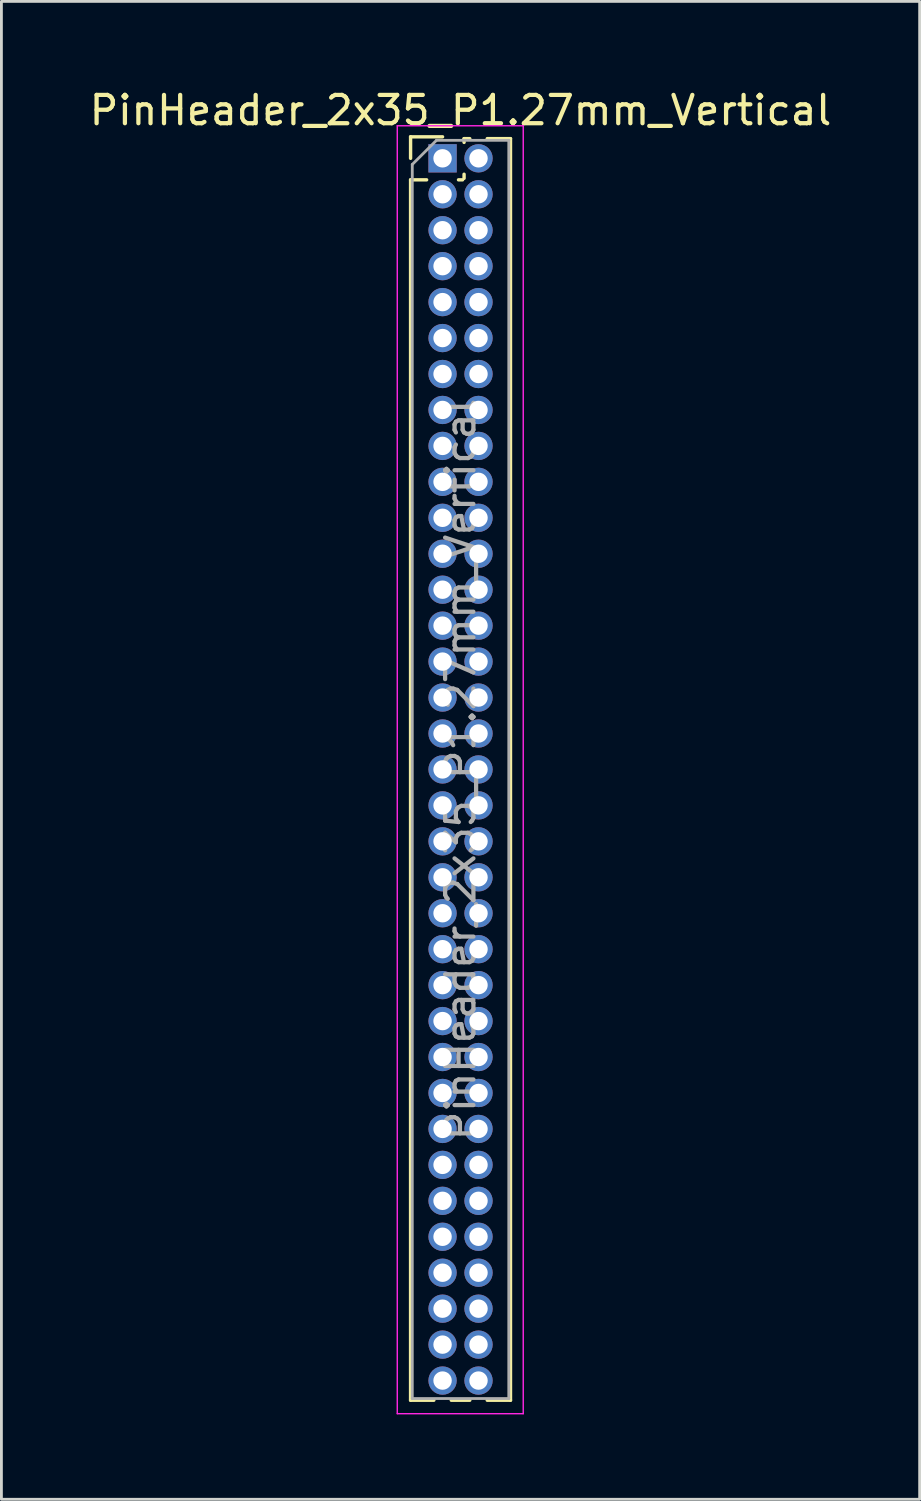
<source format=kicad_pcb>
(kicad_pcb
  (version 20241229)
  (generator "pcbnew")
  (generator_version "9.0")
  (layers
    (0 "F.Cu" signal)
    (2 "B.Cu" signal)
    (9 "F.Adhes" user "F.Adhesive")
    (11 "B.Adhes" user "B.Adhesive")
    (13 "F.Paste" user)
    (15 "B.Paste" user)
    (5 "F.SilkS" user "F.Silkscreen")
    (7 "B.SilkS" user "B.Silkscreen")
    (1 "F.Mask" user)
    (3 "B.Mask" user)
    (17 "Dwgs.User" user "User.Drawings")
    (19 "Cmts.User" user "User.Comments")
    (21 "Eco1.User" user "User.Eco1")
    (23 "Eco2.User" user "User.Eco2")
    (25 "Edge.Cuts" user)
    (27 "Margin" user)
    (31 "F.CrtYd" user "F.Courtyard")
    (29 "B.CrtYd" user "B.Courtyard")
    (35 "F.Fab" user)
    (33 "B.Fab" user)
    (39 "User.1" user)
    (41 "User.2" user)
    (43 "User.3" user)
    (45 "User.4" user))
  (footprint "PinHeader_2x35_P1.27mm_Vertical"
    (layer "F.Cu")
    (at 12.585 2.543)
    (property "Reference" "PinHeader_2x35_P1.27mm_Vertical" (at 0.635 -1.695 0) (layer "F.SilkS") (effects (font (size 1 1) (thickness 0.15))))
    (attr through_hole)
    (fp_line (start -1.13 -0.76) (end 0 -0.76) (stroke (width 0.12) (type solid)) (layer "F.SilkS"))
    (fp_line (start -1.13 0) (end -1.13 -0.76) (stroke (width 0.12) (type solid)) (layer "F.SilkS"))
    (fp_line (start -1.13 0.76) (end -1.13 43.875) (stroke (width 0.12) (type solid)) (layer "F.SilkS"))
    (fp_line (start -1.13 0.76) (end -0.563 0.76) (stroke (width 0.12) (type solid)) (layer "F.SilkS"))
    (fp_line (start -1.13 43.875) (end -0.308 43.875) (stroke (width 0.12) (type solid)) (layer "F.SilkS"))
    (fp_line (start 0.308 43.875) (end 0.962 43.875) (stroke (width 0.12) (type solid)) (layer "F.SilkS"))
    (fp_line (start 0.563 0.76) (end 0.707 0.76) (stroke (width 0.12) (type solid)) (layer "F.SilkS"))
    (fp_line (start 0.76 -0.695) (end 0.962 -0.695) (stroke (width 0.12) (type solid)) (layer "F.SilkS"))
    (fp_line (start 0.76 -0.563) (end 0.76 -0.695) (stroke (width 0.12) (type solid)) (layer "F.SilkS"))
    (fp_line (start 0.76 0.707) (end 0.76 0.563) (stroke (width 0.12) (type solid)) (layer "F.SilkS"))
    (fp_line (start 1.578 -0.695) (end 2.4 -0.695) (stroke (width 0.12) (type solid)) (layer "F.SilkS"))
    (fp_line (start 1.578 43.875) (end 2.4 43.875) (stroke (width 0.12) (type solid)) (layer "F.SilkS"))
    (fp_line (start 2.4 -0.695) (end 2.4 43.875) (stroke (width 0.12) (type solid)) (layer "F.SilkS"))
    (fp_line (start -1.6 -1.15) (end -1.6 44.35) (stroke (width 0.05) (type solid)) (layer "F.CrtYd"))
    (fp_line (start -1.6 44.35) (end 2.85 44.35) (stroke (width 0.05) (type solid)) (layer "F.CrtYd"))
    (fp_line (start 2.85 -1.15) (end -1.6 -1.15) (stroke (width 0.05) (type solid)) (layer "F.CrtYd"))
    (fp_line (start 2.85 44.35) (end 2.85 -1.15) (stroke (width 0.05) (type solid)) (layer "F.CrtYd"))
    (fp_line (start -1.07 0.217) (end -0.217 -0.635) (stroke (width 0.1) (type solid)) (layer "F.Fab"))
    (fp_line (start -1.07 43.815) (end -1.07 0.217) (stroke (width 0.1) (type solid)) (layer "F.Fab"))
    (fp_line (start -0.217 -0.635) (end 2.34 -0.635) (stroke (width 0.1) (type solid)) (layer "F.Fab"))
    (fp_line (start 2.34 -0.635) (end 2.34 43.815) (stroke (width 0.1) (type solid)) (layer "F.Fab"))
    (fp_line (start 2.34 43.815) (end -1.07 43.815) (stroke (width 0.1) (type solid)) (layer "F.Fab"))
    (fp_text user "${REFERENCE}" (at 0.635 21.59 90) (layer "F.Fab") (effects (font (size 1 1) (thickness 0.15))))
    (pad "1" thru_hole rect (at 0 0) (size 1 1) (drill 0.65) (layers "*.Cu" "*.Mask"))
    (pad "2" thru_hole oval (at 1.27 0) (size 1 1) (drill 0.65) (layers "*.Cu" "*.Mask"))
    (pad "3" thru_hole oval (at 0 1.27) (size 1 1) (drill 0.65) (layers "*.Cu" "*.Mask"))
    (pad "4" thru_hole oval (at 1.27 1.27) (size 1 1) (drill 0.65) (layers "*.Cu" "*.Mask"))
    (pad "5" thru_hole oval (at 0 2.54) (size 1 1) (drill 0.65) (layers "*.Cu" "*.Mask"))
    (pad "6" thru_hole oval (at 1.27 2.54) (size 1 1) (drill 0.65) (layers "*.Cu" "*.Mask"))
    (pad "7" thru_hole oval (at 0 3.81) (size 1 1) (drill 0.65) (layers "*.Cu" "*.Mask"))
    (pad "8" thru_hole oval (at 1.27 3.81) (size 1 1) (drill 0.65) (layers "*.Cu" "*.Mask"))
    (pad "9" thru_hole oval (at 0 5.08) (size 1 1) (drill 0.65) (layers "*.Cu" "*.Mask"))
    (pad "10" thru_hole oval (at 1.27 5.08) (size 1 1) (drill 0.65) (layers "*.Cu" "*.Mask"))
    (pad "11" thru_hole oval (at 0 6.35) (size 1 1) (drill 0.65) (layers "*.Cu" "*.Mask"))
    (pad "12" thru_hole oval (at 1.27 6.35) (size 1 1) (drill 0.65) (layers "*.Cu" "*.Mask"))
    (pad "13" thru_hole oval (at 0 7.62) (size 1 1) (drill 0.65) (layers "*.Cu" "*.Mask"))
    (pad "14" thru_hole oval (at 1.27 7.62) (size 1 1) (drill 0.65) (layers "*.Cu" "*.Mask"))
    (pad "15" thru_hole oval (at 0 8.89) (size 1 1) (drill 0.65) (layers "*.Cu" "*.Mask"))
    (pad "16" thru_hole oval (at 1.27 8.89) (size 1 1) (drill 0.65) (layers "*.Cu" "*.Mask"))
    (pad "17" thru_hole oval (at 0 10.16) (size 1 1) (drill 0.65) (layers "*.Cu" "*.Mask"))
    (pad "18" thru_hole oval (at 1.27 10.16) (size 1 1) (drill 0.65) (layers "*.Cu" "*.Mask"))
    (pad "19" thru_hole oval (at 0 11.43) (size 1 1) (drill 0.65) (layers "*.Cu" "*.Mask"))
    (pad "20" thru_hole oval (at 1.27 11.43) (size 1 1) (drill 0.65) (layers "*.Cu" "*.Mask"))
    (pad "21" thru_hole oval (at 0 12.7) (size 1 1) (drill 0.65) (layers "*.Cu" "*.Mask"))
    (pad "22" thru_hole oval (at 1.27 12.7) (size 1 1) (drill 0.65) (layers "*.Cu" "*.Mask"))
    (pad "23" thru_hole oval (at 0 13.97) (size 1 1) (drill 0.65) (layers "*.Cu" "*.Mask"))
    (pad "24" thru_hole oval (at 1.27 13.97) (size 1 1) (drill 0.65) (layers "*.Cu" "*.Mask"))
    (pad "25" thru_hole oval (at 0 15.24) (size 1 1) (drill 0.65) (layers "*.Cu" "*.Mask"))
    (pad "26" thru_hole oval (at 1.27 15.24) (size 1 1) (drill 0.65) (layers "*.Cu" "*.Mask"))
    (pad "27" thru_hole oval (at 0 16.51) (size 1 1) (drill 0.65) (layers "*.Cu" "*.Mask"))
    (pad "28" thru_hole oval (at 1.27 16.51) (size 1 1) (drill 0.65) (layers "*.Cu" "*.Mask"))
    (pad "29" thru_hole oval (at 0 17.78) (size 1 1) (drill 0.65) (layers "*.Cu" "*.Mask"))
    (pad "30" thru_hole oval (at 1.27 17.78) (size 1 1) (drill 0.65) (layers "*.Cu" "*.Mask"))
    (pad "31" thru_hole oval (at 0 19.05) (size 1 1) (drill 0.65) (layers "*.Cu" "*.Mask"))
    (pad "32" thru_hole oval (at 1.27 19.05) (size 1 1) (drill 0.65) (layers "*.Cu" "*.Mask"))
    (pad "33" thru_hole oval (at 0 20.32) (size 1 1) (drill 0.65) (layers "*.Cu" "*.Mask"))
    (pad "34" thru_hole oval (at 1.27 20.32) (size 1 1) (drill 0.65) (layers "*.Cu" "*.Mask"))
    (pad "35" thru_hole oval (at 0 21.59) (size 1 1) (drill 0.65) (layers "*.Cu" "*.Mask"))
    (pad "36" thru_hole oval (at 1.27 21.59) (size 1 1) (drill 0.65) (layers "*.Cu" "*.Mask"))
    (pad "37" thru_hole oval (at 0 22.86) (size 1 1) (drill 0.65) (layers "*.Cu" "*.Mask"))
    (pad "38" thru_hole oval (at 1.27 22.86) (size 1 1) (drill 0.65) (layers "*.Cu" "*.Mask"))
    (pad "39" thru_hole oval (at 0 24.13) (size 1 1) (drill 0.65) (layers "*.Cu" "*.Mask"))
    (pad "40" thru_hole oval (at 1.27 24.13) (size 1 1) (drill 0.65) (layers "*.Cu" "*.Mask"))
    (pad "41" thru_hole oval (at 0 25.4) (size 1 1) (drill 0.65) (layers "*.Cu" "*.Mask"))
    (pad "42" thru_hole oval (at 1.27 25.4) (size 1 1) (drill 0.65) (layers "*.Cu" "*.Mask"))
    (pad "43" thru_hole oval (at 0 26.67) (size 1 1) (drill 0.65) (layers "*.Cu" "*.Mask"))
    (pad "44" thru_hole oval (at 1.27 26.67) (size 1 1) (drill 0.65) (layers "*.Cu" "*.Mask"))
    (pad "45" thru_hole oval (at 0 27.94) (size 1 1) (drill 0.65) (layers "*.Cu" "*.Mask"))
    (pad "46" thru_hole oval (at 1.27 27.94) (size 1 1) (drill 0.65) (layers "*.Cu" "*.Mask"))
    (pad "47" thru_hole oval (at 0 29.21) (size 1 1) (drill 0.65) (layers "*.Cu" "*.Mask"))
    (pad "48" thru_hole oval (at 1.27 29.21) (size 1 1) (drill 0.65) (layers "*.Cu" "*.Mask"))
    (pad "49" thru_hole oval (at 0 30.48) (size 1 1) (drill 0.65) (layers "*.Cu" "*.Mask"))
    (pad "50" thru_hole oval (at 1.27 30.48) (size 1 1) (drill 0.65) (layers "*.Cu" "*.Mask"))
    (pad "51" thru_hole oval (at 0 31.75) (size 1 1) (drill 0.65) (layers "*.Cu" "*.Mask"))
    (pad "52" thru_hole oval (at 1.27 31.75) (size 1 1) (drill 0.65) (layers "*.Cu" "*.Mask"))
    (pad "53" thru_hole oval (at 0 33.02) (size 1 1) (drill 0.65) (layers "*.Cu" "*.Mask"))
    (pad "54" thru_hole oval (at 1.27 33.02) (size 1 1) (drill 0.65) (layers "*.Cu" "*.Mask"))
    (pad "55" thru_hole oval (at 0 34.29) (size 1 1) (drill 0.65) (layers "*.Cu" "*.Mask"))
    (pad "56" thru_hole oval (at 1.27 34.29) (size 1 1) (drill 0.65) (layers "*.Cu" "*.Mask"))
    (pad "57" thru_hole oval (at 0 35.56) (size 1 1) (drill 0.65) (layers "*.Cu" "*.Mask"))
    (pad "58" thru_hole oval (at 1.27 35.56) (size 1 1) (drill 0.65) (layers "*.Cu" "*.Mask"))
    (pad "59" thru_hole oval (at 0 36.83) (size 1 1) (drill 0.65) (layers "*.Cu" "*.Mask"))
    (pad "60" thru_hole oval (at 1.27 36.83) (size 1 1) (drill 0.65) (layers "*.Cu" "*.Mask"))
    (pad "61" thru_hole oval (at 0 38.1) (size 1 1) (drill 0.65) (layers "*.Cu" "*.Mask"))
    (pad "62" thru_hole oval (at 1.27 38.1) (size 1 1) (drill 0.65) (layers "*.Cu" "*.Mask"))
    (pad "63" thru_hole oval (at 0 39.37) (size 1 1) (drill 0.65) (layers "*.Cu" "*.Mask"))
    (pad "64" thru_hole oval (at 1.27 39.37) (size 1 1) (drill 0.65) (layers "*.Cu" "*.Mask"))
    (pad "65" thru_hole oval (at 0 40.64) (size 1 1) (drill 0.65) (layers "*.Cu" "*.Mask"))
    (pad "66" thru_hole oval (at 1.27 40.64) (size 1 1) (drill 0.65) (layers "*.Cu" "*.Mask"))
    (pad "67" thru_hole oval (at 0 41.91) (size 1 1) (drill 0.65) (layers "*.Cu" "*.Mask"))
    (pad "68" thru_hole oval (at 1.27 41.91) (size 1 1) (drill 0.65) (layers "*.Cu" "*.Mask"))
    (pad "69" thru_hole oval (at 0 43.18) (size 1 1) (drill 0.65) (layers "*.Cu" "*.Mask"))
    (pad "70" thru_hole oval (at 1.27 43.18) (size 1 1) (drill 0.65) (layers "*.Cu" "*.Mask")))
  (gr_rect
    (start -3 -3)
    (end 29.44 49.918)
    (stroke (width 0.1) (type default))
    (fill no)
    (layer "Edge.Cuts")))
</source>
